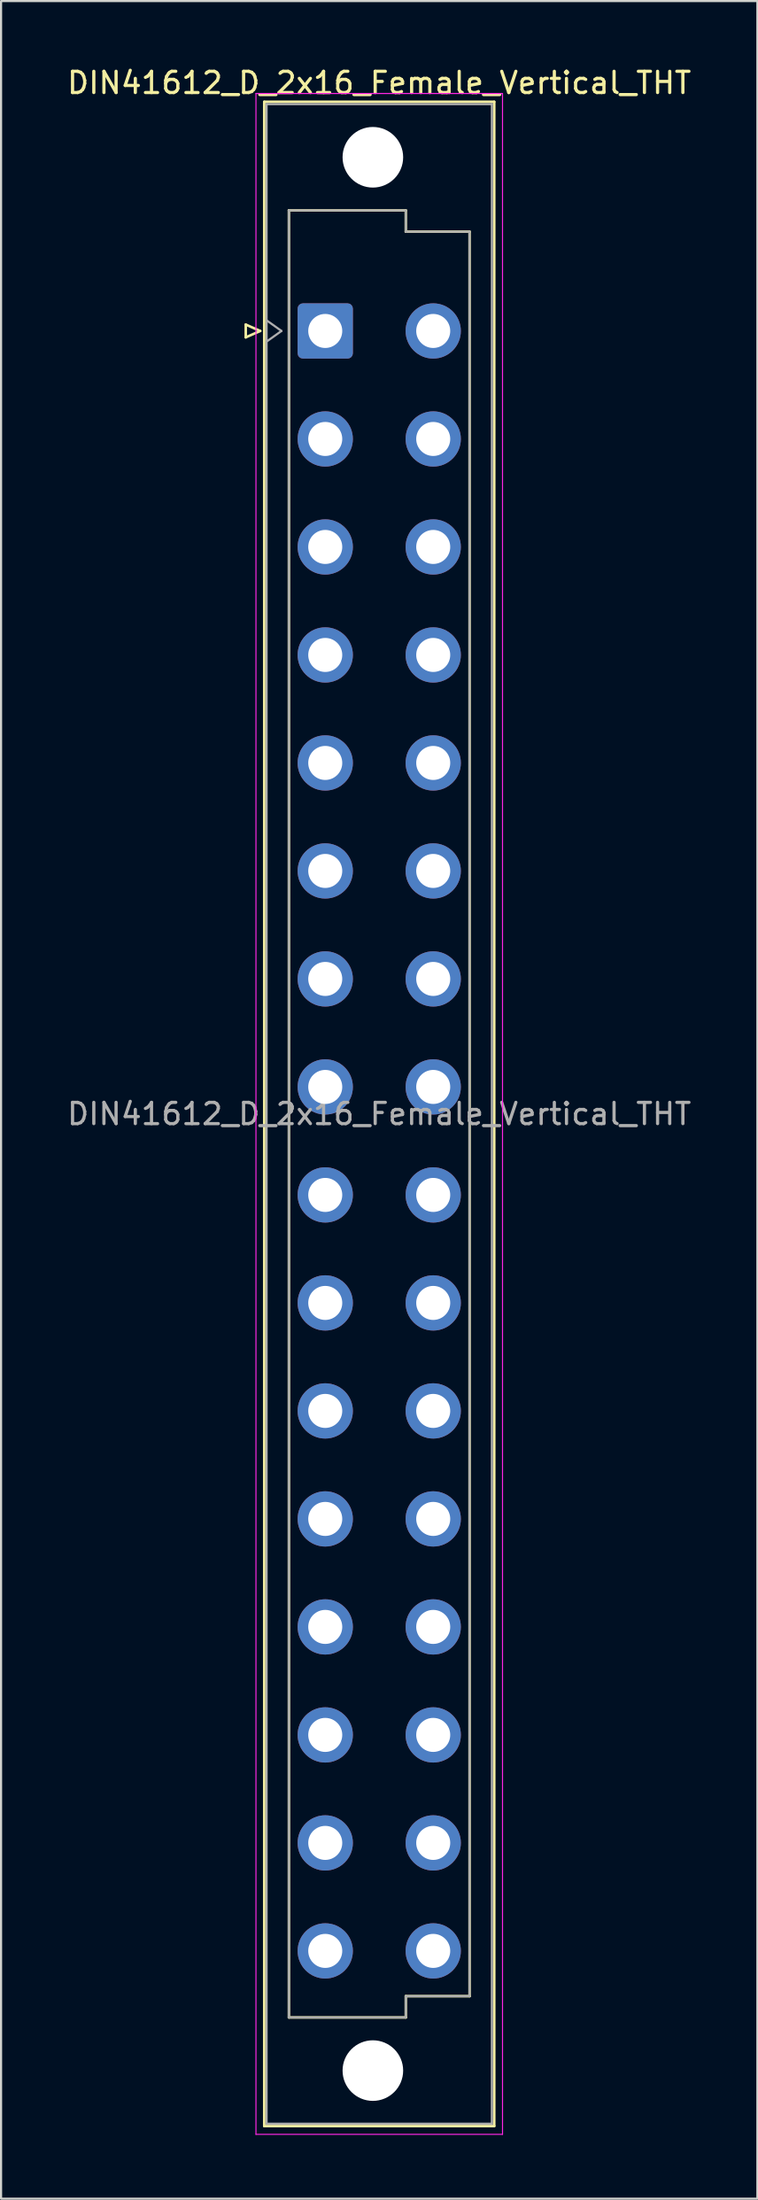
<source format=kicad_pcb>
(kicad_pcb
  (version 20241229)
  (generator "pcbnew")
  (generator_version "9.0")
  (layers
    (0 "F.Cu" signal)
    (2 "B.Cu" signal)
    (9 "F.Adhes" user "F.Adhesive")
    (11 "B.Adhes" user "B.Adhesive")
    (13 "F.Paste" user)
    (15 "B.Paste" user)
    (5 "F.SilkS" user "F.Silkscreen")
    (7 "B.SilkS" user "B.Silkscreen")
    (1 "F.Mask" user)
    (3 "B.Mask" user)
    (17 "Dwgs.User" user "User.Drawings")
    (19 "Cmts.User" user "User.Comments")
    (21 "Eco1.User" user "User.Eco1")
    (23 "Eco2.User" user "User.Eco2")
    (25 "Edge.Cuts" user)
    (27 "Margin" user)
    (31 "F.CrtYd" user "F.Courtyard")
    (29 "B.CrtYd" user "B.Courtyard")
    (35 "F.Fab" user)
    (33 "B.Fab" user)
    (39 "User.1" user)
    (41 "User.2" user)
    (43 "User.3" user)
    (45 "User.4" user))
  (footprint "DIN41612_D_2x16_Female_Vertical_THT"
    (layer "F.Cu")
    (at 12.252 9.978)
    (property "Reference" "DIN41612_D_2x16_Female_Vertical_THT" (at 2.54 -9.13 0) (layer "F.SilkS") (effects (font (size 1 1) (thickness 0.15))))
    (attr through_hole)
    (fp_line (start -3.74 2.24) (end -3.74 2.84) (stroke (width 0.12) (type solid)) (layer "F.SilkS"))
    (fp_line (start -3.74 2.84) (end -3.06 2.54) (stroke (width 0.12) (type solid)) (layer "F.SilkS"))
    (fp_line (start -3.06 2.54) (end -3.74 2.24) (stroke (width 0.12) (type solid)) (layer "F.SilkS"))
    (fp_line (start -2.87 -8.24) (end 7.95 -8.24) (stroke (width 0.12) (type solid)) (layer "F.SilkS"))
    (fp_line (start -2.87 86.98) (end -2.87 -8.24) (stroke (width 0.12) (type solid)) (layer "F.SilkS"))
    (fp_line (start -1.71 -3.131) (end 3.79 -3.131) (stroke (width 0.12) (type solid)) (layer "F.SilkS"))
    (fp_line (start -1.71 81.87) (end -1.71 -3.131) (stroke (width 0.12) (type solid)) (layer "F.SilkS"))
    (fp_line (start 3.79 -3.131) (end 3.79 -2.131) (stroke (width 0.12) (type solid)) (layer "F.SilkS"))
    (fp_line (start 3.79 -2.131) (end 6.79 -2.131) (stroke (width 0.12) (type solid)) (layer "F.SilkS"))
    (fp_line (start 3.79 80.87) (end 3.79 81.87) (stroke (width 0.12) (type solid)) (layer "F.SilkS"))
    (fp_line (start 3.79 81.87) (end -1.71 81.87) (stroke (width 0.12) (type solid)) (layer "F.SilkS"))
    (fp_line (start 6.79 -2.131) (end 6.79 80.87) (stroke (width 0.12) (type solid)) (layer "F.SilkS"))
    (fp_line (start 6.79 80.87) (end 3.79 80.87) (stroke (width 0.12) (type solid)) (layer "F.SilkS"))
    (fp_line (start 7.95 -8.24) (end 7.95 86.98) (stroke (width 0.12) (type solid)) (layer "F.SilkS"))
    (fp_line (start 7.95 86.98) (end -2.87 86.98) (stroke (width 0.12) (type solid)) (layer "F.SilkS"))
    (fp_line (start -3.26 -8.63) (end 8.34 -8.63) (stroke (width 0.05) (type solid)) (layer "F.CrtYd"))
    (fp_line (start -3.26 87.37) (end -3.26 -8.63) (stroke (width 0.05) (type solid)) (layer "F.CrtYd"))
    (fp_line (start 8.34 -8.63) (end 8.34 87.37) (stroke (width 0.05) (type solid)) (layer "F.CrtYd"))
    (fp_line (start 8.34 87.37) (end -3.26 87.37) (stroke (width 0.05) (type solid)) (layer "F.CrtYd"))
    (fp_line (start -2.76 -8.13) (end 7.84 -8.13) (stroke (width 0.1) (type solid)) (layer "F.Fab"))
    (fp_line (start -2.76 2.04) (end -2.06 2.54) (stroke (width 0.1) (type solid)) (layer "F.Fab"))
    (fp_line (start -2.76 86.87) (end -2.76 -8.13) (stroke (width 0.1) (type solid)) (layer "F.Fab"))
    (fp_line (start -2.06 2.54) (end -2.76 3.04) (stroke (width 0.1) (type solid)) (layer "F.Fab"))
    (fp_line (start -1.71 -3.13) (end 3.79 -3.13) (stroke (width 0.1) (type solid)) (layer "F.Fab"))
    (fp_line (start -1.71 81.87) (end -1.71 -3.13) (stroke (width 0.1) (type solid)) (layer "F.Fab"))
    (fp_line (start 3.79 -3.13) (end 3.79 -2.13) (stroke (width 0.1) (type solid)) (layer "F.Fab"))
    (fp_line (start 3.79 -2.13) (end 6.79 -2.13) (stroke (width 0.1) (type solid)) (layer "F.Fab"))
    (fp_line (start 3.79 80.87) (end 3.79 81.87) (stroke (width 0.1) (type solid)) (layer "F.Fab"))
    (fp_line (start 3.79 81.87) (end -1.71 81.87) (stroke (width 0.1) (type solid)) (layer "F.Fab"))
    (fp_line (start 6.79 -2.13) (end 6.79 80.87) (stroke (width 0.1) (type solid)) (layer "F.Fab"))
    (fp_line (start 6.79 80.87) (end 3.79 80.87) (stroke (width 0.1) (type solid)) (layer "F.Fab"))
    (fp_line (start 7.84 -8.13) (end 7.84 86.87) (stroke (width 0.1) (type solid)) (layer "F.Fab"))
    (fp_line (start 7.84 86.87) (end -2.76 86.87) (stroke (width 0.1) (type solid)) (layer "F.Fab"))
    (fp_text user "${REFERENCE}" (at 2.54 39.37 0) (layer "F.Fab") (effects (font (size 1 1) (thickness 0.15))))
    (pad "" np_thru_hole circle (at 2.24 -5.63) (size 2.85 2.85) (drill 2.85) (layers "*.Cu" "*.Mask"))
    (pad "" np_thru_hole circle (at 2.24 84.37) (size 2.85 2.85) (drill 2.85) (layers "*.Cu" "*.Mask"))
    (pad "a2" thru_hole roundrect (at 0 2.54) (size 2.6 2.6) (drill 1.6) (layers "*.Cu" "*.Mask") (roundrect_rratio 0.096))
    (pad "a4" thru_hole circle (at 0 7.62) (size 2.6 2.6) (drill 1.6) (layers "*.Cu" "*.Mask"))
    (pad "a6" thru_hole circle (at 0 12.7) (size 2.6 2.6) (drill 1.6) (layers "*.Cu" "*.Mask"))
    (pad "a8" thru_hole circle (at 0 17.78) (size 2.6 2.6) (drill 1.6) (layers "*.Cu" "*.Mask"))
    (pad "a10" thru_hole circle (at 0 22.86) (size 2.6 2.6) (drill 1.6) (layers "*.Cu" "*.Mask"))
    (pad "a12" thru_hole circle (at 0 27.94) (size 2.6 2.6) (drill 1.6) (layers "*.Cu" "*.Mask"))
    (pad "a14" thru_hole circle (at 0 33.02) (size 2.6 2.6) (drill 1.6) (layers "*.Cu" "*.Mask"))
    (pad "a16" thru_hole circle (at 0 38.1) (size 2.6 2.6) (drill 1.6) (layers "*.Cu" "*.Mask"))
    (pad "a18" thru_hole circle (at 0 43.18) (size 2.6 2.6) (drill 1.6) (layers "*.Cu" "*.Mask"))
    (pad "a20" thru_hole circle (at 0 48.26) (size 2.6 2.6) (drill 1.6) (layers "*.Cu" "*.Mask"))
    (pad "a22" thru_hole circle (at 0 53.34) (size 2.6 2.6) (drill 1.6) (layers "*.Cu" "*.Mask"))
    (pad "a24" thru_hole circle (at 0 58.42) (size 2.6 2.6) (drill 1.6) (layers "*.Cu" "*.Mask"))
    (pad "a26" thru_hole circle (at 0 63.5) (size 2.6 2.6) (drill 1.6) (layers "*.Cu" "*.Mask"))
    (pad "a28" thru_hole circle (at 0 68.58) (size 2.6 2.6) (drill 1.6) (layers "*.Cu" "*.Mask"))
    (pad "a30" thru_hole circle (at 0 73.66) (size 2.6 2.6) (drill 1.6) (layers "*.Cu" "*.Mask"))
    (pad "a32" thru_hole circle (at 0 78.74) (size 2.6 2.6) (drill 1.6) (layers "*.Cu" "*.Mask"))
    (pad "c2" thru_hole circle (at 5.08 2.54) (size 2.6 2.6) (drill 1.6) (layers "*.Cu" "*.Mask"))
    (pad "c4" thru_hole circle (at 5.08 7.62) (size 2.6 2.6) (drill 1.6) (layers "*.Cu" "*.Mask"))
    (pad "c6" thru_hole circle (at 5.08 12.7) (size 2.6 2.6) (drill 1.6) (layers "*.Cu" "*.Mask"))
    (pad "c8" thru_hole circle (at 5.08 17.78) (size 2.6 2.6) (drill 1.6) (layers "*.Cu" "*.Mask"))
    (pad "c10" thru_hole circle (at 5.08 22.86) (size 2.6 2.6) (drill 1.6) (layers "*.Cu" "*.Mask"))
    (pad "c12" thru_hole circle (at 5.08 27.94) (size 2.6 2.6) (drill 1.6) (layers "*.Cu" "*.Mask"))
    (pad "c14" thru_hole circle (at 5.08 33.02) (size 2.6 2.6) (drill 1.6) (layers "*.Cu" "*.Mask"))
    (pad "c16" thru_hole circle (at 5.08 38.1) (size 2.6 2.6) (drill 1.6) (layers "*.Cu" "*.Mask"))
    (pad "c18" thru_hole circle (at 5.08 43.18) (size 2.6 2.6) (drill 1.6) (layers "*.Cu" "*.Mask"))
    (pad "c20" thru_hole circle (at 5.08 48.26) (size 2.6 2.6) (drill 1.6) (layers "*.Cu" "*.Mask"))
    (pad "c22" thru_hole circle (at 5.08 53.34) (size 2.6 2.6) (drill 1.6) (layers "*.Cu" "*.Mask"))
    (pad "c24" thru_hole circle (at 5.08 58.42) (size 2.6 2.6) (drill 1.6) (layers "*.Cu" "*.Mask"))
    (pad "c26" thru_hole circle (at 5.08 63.5) (size 2.6 2.6) (drill 1.6) (layers "*.Cu" "*.Mask"))
    (pad "c28" thru_hole circle (at 5.08 68.58) (size 2.6 2.6) (drill 1.6) (layers "*.Cu" "*.Mask"))
    (pad "c30" thru_hole circle (at 5.08 73.66) (size 2.6 2.6) (drill 1.6) (layers "*.Cu" "*.Mask"))
    (pad "c32" thru_hole circle (at 5.08 78.74) (size 2.6 2.6) (drill 1.6) (layers "*.Cu" "*.Mask")))
  (gr_rect
    (start -3 -3)
    (end 32.583 100.373)
    (stroke (width 0.1) (type default))
    (fill no)
    (layer "Edge.Cuts")))
</source>
